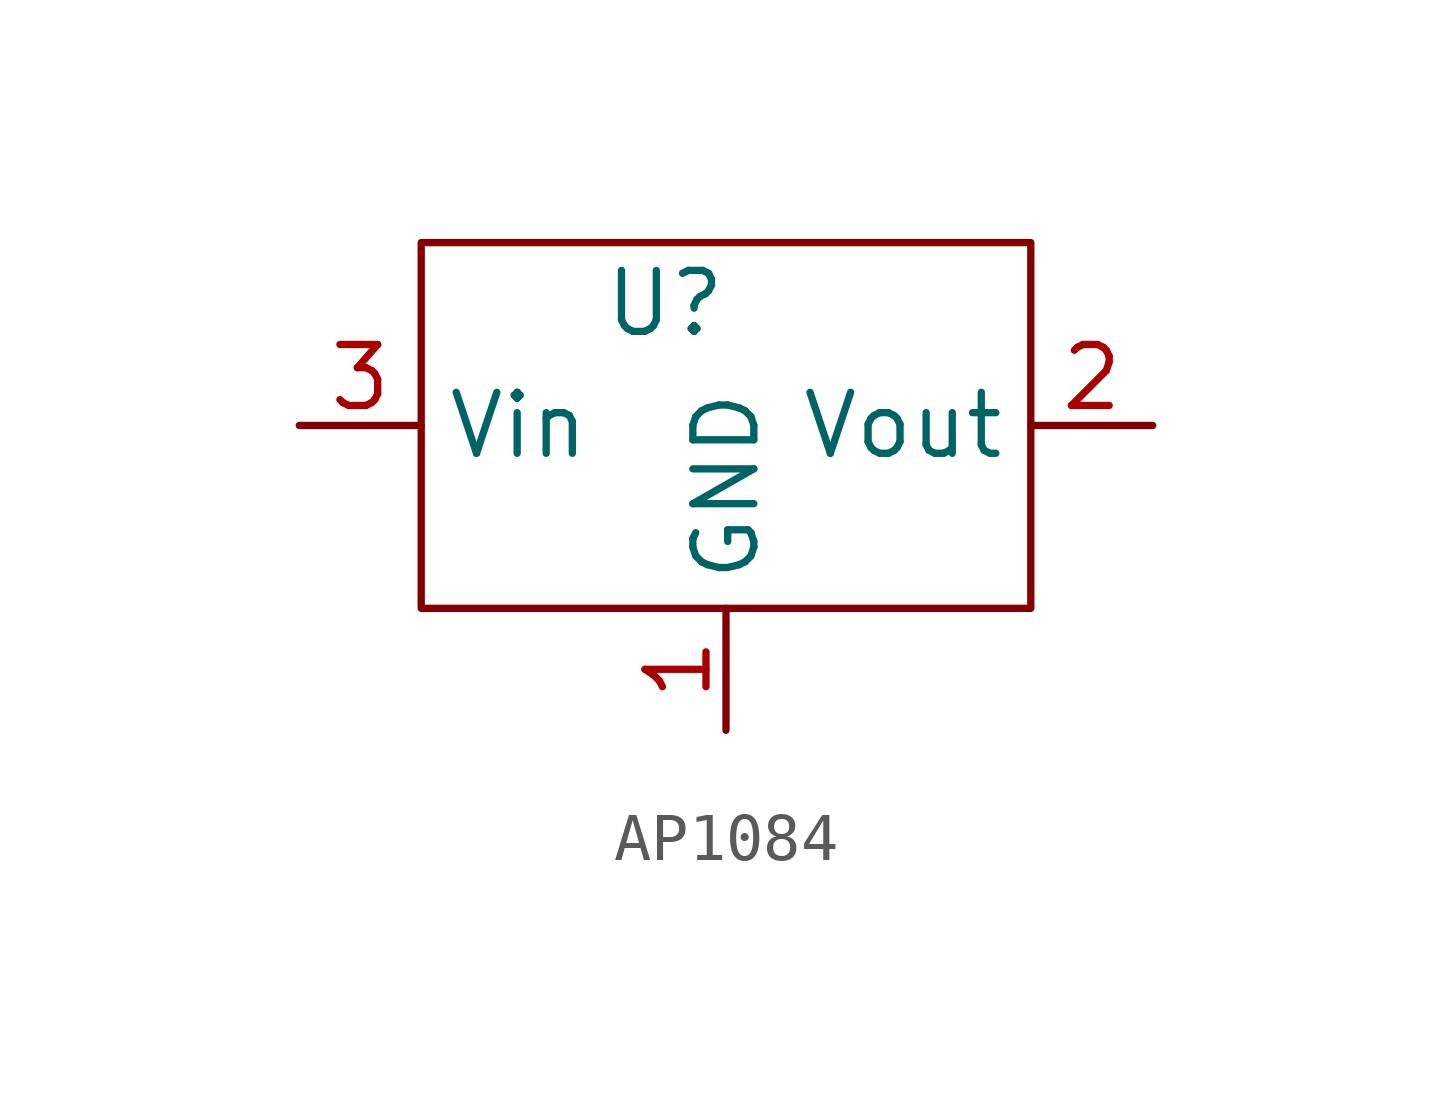
<source format=kicad_sym>
(kicad_symbol_lib
  (version 20231120)
  (generator "kicad_symbol_editor")
  (generator_version "8.0")
  (symbol "AP1084"
    (property "Reference" "U"
      (at -1.27 2.54 0)
      (effects (font (size 1.27 1.27))))
    (property "Value" ""
      (at 0 0 0)
      (effects (font (size 1.27 1.27))))
    (symbol "AP1084_0_1"
      (rectangle (start -6.35 3.81) (end 6.35 -3.81) (stroke (width 0) (type default)) (fill (type none))))
    (symbol "AP1084_1_1"
      (pin power_in line (at 0 -6.35 90) (length 2.54) (name "GND" (effects (font (size 1.27 1.27)))) (number "1" (effects (font (size 1.27 1.27)))))
      (pin power_out line (at 8.89 0 180) (length 2.54) (name "Vout" (effects (font (size 1.27 1.27)))) (number "2" (effects (font (size 1.27 1.27)))))
      (pin power_in line (at -8.89 0 0) (length 2.54) (name "Vin" (effects (font (size 1.27 1.27)))) (number "3" (effects (font (size 1.27 1.27))))))))
</source>
